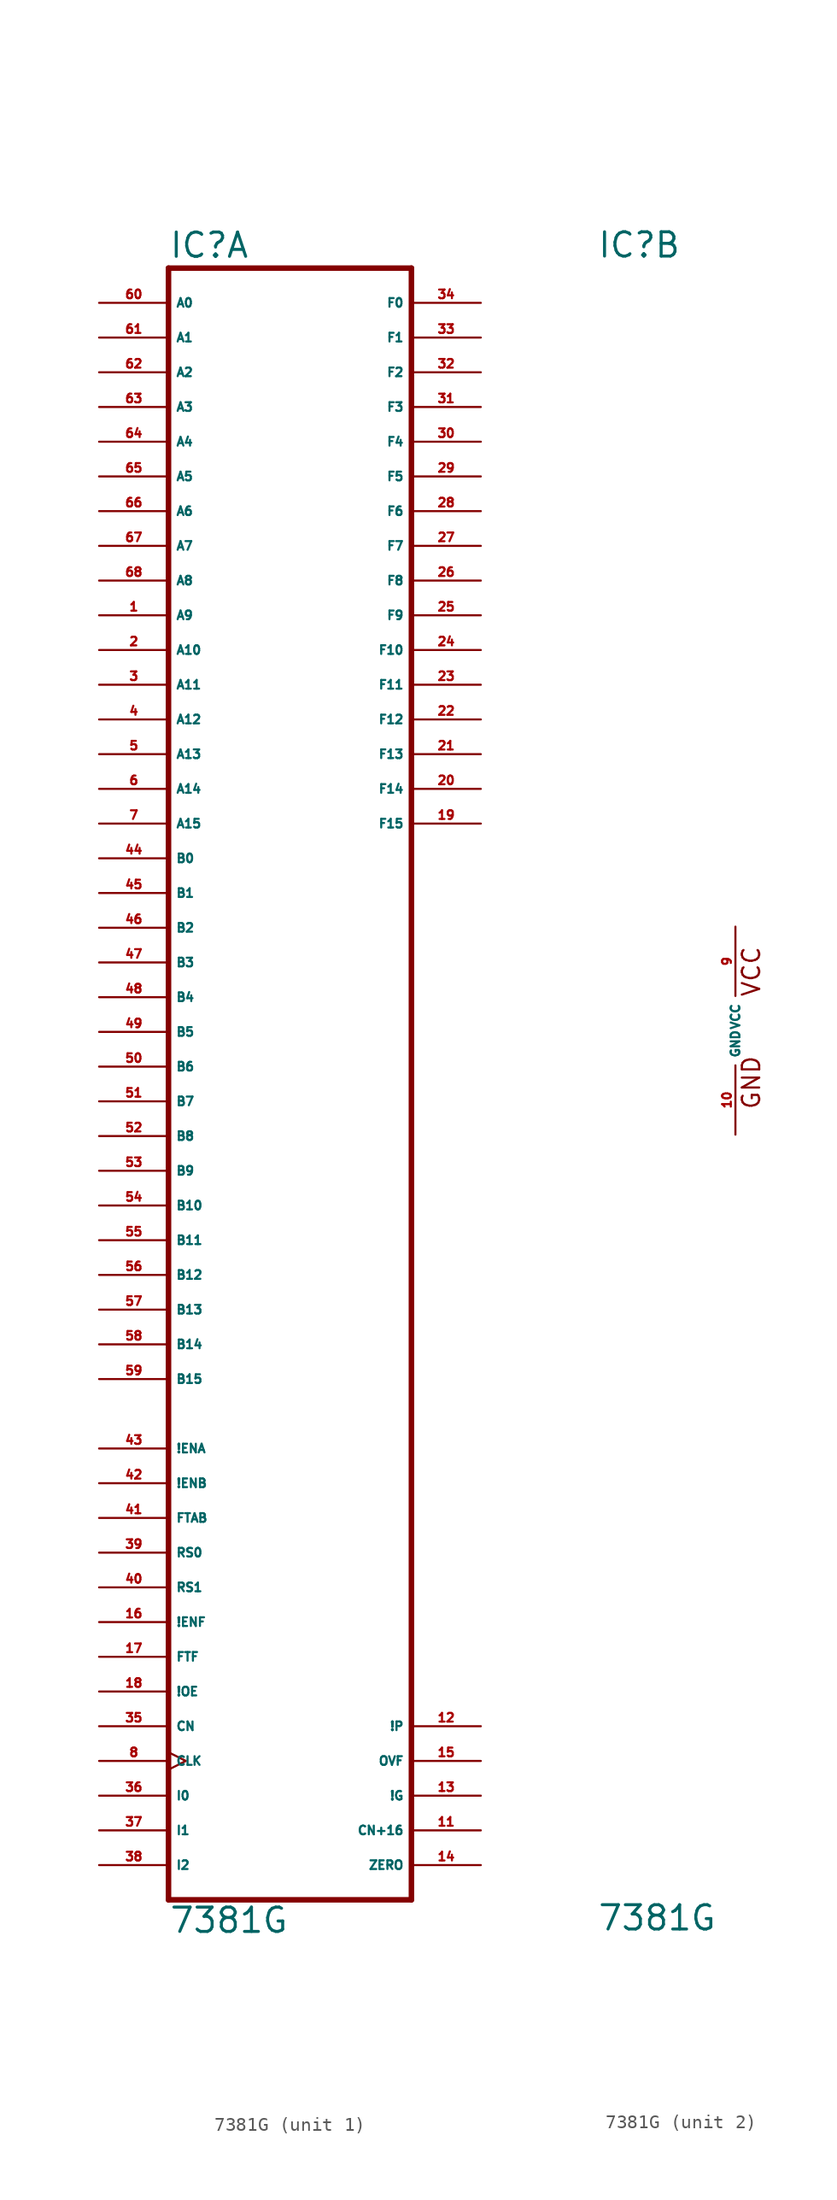
<source format=kicad_sym>
(kicad_symbol_lib
  (version 20220914)
  (generator Eagle2Kicad)
  (symbol "7381G"
    (property "Reference" "IC"
      (at -10.16 56.515 0)
      (effects (font (size 1.778 1.778) (thickness 0.22)) (justify left bottom)))
    (property "Value" "7381G"
      (at -10.16 -66.04 0)
      (effects (font (size 1.778 1.778) (thickness 0.22)) (justify left bottom)))
    (symbol "7381G_1_0"
      (polyline (pts (xy -10.16 -63.5) (xy 7.62 -63.5)) (stroke (width 0.406) (type default)) (fill (type none)))
      (polyline (pts (xy 7.62 -63.5) (xy 7.62 55.88)) (stroke (width 0.406) (type default)) (fill (type none)))
      (polyline (pts (xy 7.62 55.88) (xy -10.16 55.88)) (stroke (width 0.406) (type default)) (fill (type none)))
      (polyline (pts (xy -10.16 55.88) (xy -10.16 -63.5)) (stroke (width 0.406) (type default)) (fill (type none)))
      (pin input line (at -15.24 53.34 0) (length 5.08) (name "A0" (effects (font (size 0.635 0.635) (thickness 0.08)) (justify left bottom))) (number "60" (effects (font (size 0.635 0.635) (thickness 0.08)) (justify left bottom))))
      (pin input line (at -15.24 50.8 0) (length 5.08) (name "A1" (effects (font (size 0.635 0.635) (thickness 0.08)) (justify left bottom))) (number "61" (effects (font (size 0.635 0.635) (thickness 0.08)) (justify left bottom))))
      (pin input line (at -15.24 48.26 0) (length 5.08) (name "A2" (effects (font (size 0.635 0.635) (thickness 0.08)) (justify left bottom))) (number "62" (effects (font (size 0.635 0.635) (thickness 0.08)) (justify left bottom))))
      (pin input line (at -15.24 45.72 0) (length 5.08) (name "A3" (effects (font (size 0.635 0.635) (thickness 0.08)) (justify left bottom))) (number "63" (effects (font (size 0.635 0.635) (thickness 0.08)) (justify left bottom))))
      (pin input line (at -15.24 43.18 0) (length 5.08) (name "A4" (effects (font (size 0.635 0.635) (thickness 0.08)) (justify left bottom))) (number "64" (effects (font (size 0.635 0.635) (thickness 0.08)) (justify left bottom))))
      (pin input line (at -15.24 40.64 0) (length 5.08) (name "A5" (effects (font (size 0.635 0.635) (thickness 0.08)) (justify left bottom))) (number "65" (effects (font (size 0.635 0.635) (thickness 0.08)) (justify left bottom))))
      (pin input line (at -15.24 38.1 0) (length 5.08) (name "A6" (effects (font (size 0.635 0.635) (thickness 0.08)) (justify left bottom))) (number "66" (effects (font (size 0.635 0.635) (thickness 0.08)) (justify left bottom))))
      (pin input line (at -15.24 35.56 0) (length 5.08) (name "A7" (effects (font (size 0.635 0.635) (thickness 0.08)) (justify left bottom))) (number "67" (effects (font (size 0.635 0.635) (thickness 0.08)) (justify left bottom))))
      (pin input line (at -15.24 33.02 0) (length 5.08) (name "A8" (effects (font (size 0.635 0.635) (thickness 0.08)) (justify left bottom))) (number "68" (effects (font (size 0.635 0.635) (thickness 0.08)) (justify left bottom))))
      (pin input line (at -15.24 30.48 0) (length 5.08) (name "A9" (effects (font (size 0.635 0.635) (thickness 0.08)) (justify left bottom))) (number "1" (effects (font (size 0.635 0.635) (thickness 0.08)) (justify left bottom))))
      (pin input line (at -15.24 27.94 0) (length 5.08) (name "A10" (effects (font (size 0.635 0.635) (thickness 0.08)) (justify left bottom))) (number "2" (effects (font (size 0.635 0.635) (thickness 0.08)) (justify left bottom))))
      (pin input line (at -15.24 25.4 0) (length 5.08) (name "A11" (effects (font (size 0.635 0.635) (thickness 0.08)) (justify left bottom))) (number "3" (effects (font (size 0.635 0.635) (thickness 0.08)) (justify left bottom))))
      (pin input line (at -15.24 22.86 0) (length 5.08) (name "A12" (effects (font (size 0.635 0.635) (thickness 0.08)) (justify left bottom))) (number "4" (effects (font (size 0.635 0.635) (thickness 0.08)) (justify left bottom))))
      (pin input line (at -15.24 20.32 0) (length 5.08) (name "A13" (effects (font (size 0.635 0.635) (thickness 0.08)) (justify left bottom))) (number "5" (effects (font (size 0.635 0.635) (thickness 0.08)) (justify left bottom))))
      (pin input line (at -15.24 17.78 0) (length 5.08) (name "A14" (effects (font (size 0.635 0.635) (thickness 0.08)) (justify left bottom))) (number "6" (effects (font (size 0.635 0.635) (thickness 0.08)) (justify left bottom))))
      (pin input line (at -15.24 15.24 0) (length 5.08) (name "A15" (effects (font (size 0.635 0.635) (thickness 0.08)) (justify left bottom))) (number "7" (effects (font (size 0.635 0.635) (thickness 0.08)) (justify left bottom))))
      (pin input line (at -15.24 12.7 0) (length 5.08) (name "B0" (effects (font (size 0.635 0.635) (thickness 0.08)) (justify left bottom))) (number "44" (effects (font (size 0.635 0.635) (thickness 0.08)) (justify left bottom))))
      (pin input line (at -15.24 10.16 0) (length 5.08) (name "B1" (effects (font (size 0.635 0.635) (thickness 0.08)) (justify left bottom))) (number "45" (effects (font (size 0.635 0.635) (thickness 0.08)) (justify left bottom))))
      (pin input line (at -15.24 7.62 0) (length 5.08) (name "B2" (effects (font (size 0.635 0.635) (thickness 0.08)) (justify left bottom))) (number "46" (effects (font (size 0.635 0.635) (thickness 0.08)) (justify left bottom))))
      (pin input line (at -15.24 5.08 0) (length 5.08) (name "B3" (effects (font (size 0.635 0.635) (thickness 0.08)) (justify left bottom))) (number "47" (effects (font (size 0.635 0.635) (thickness 0.08)) (justify left bottom))))
      (pin input line (at -15.24 2.54 0) (length 5.08) (name "B4" (effects (font (size 0.635 0.635) (thickness 0.08)) (justify left bottom))) (number "48" (effects (font (size 0.635 0.635) (thickness 0.08)) (justify left bottom))))
      (pin input line (at -15.24 0 0) (length 5.08) (name "B5" (effects (font (size 0.635 0.635) (thickness 0.08)) (justify left bottom))) (number "49" (effects (font (size 0.635 0.635) (thickness 0.08)) (justify left bottom))))
      (pin input line (at -15.24 -2.54 0) (length 5.08) (name "B6" (effects (font (size 0.635 0.635) (thickness 0.08)) (justify left bottom))) (number "50" (effects (font (size 0.635 0.635) (thickness 0.08)) (justify left bottom))))
      (pin input line (at -15.24 -5.08 0) (length 5.08) (name "B7" (effects (font (size 0.635 0.635) (thickness 0.08)) (justify left bottom))) (number "51" (effects (font (size 0.635 0.635) (thickness 0.08)) (justify left bottom))))
      (pin input line (at -15.24 -7.62 0) (length 5.08) (name "B8" (effects (font (size 0.635 0.635) (thickness 0.08)) (justify left bottom))) (number "52" (effects (font (size 0.635 0.635) (thickness 0.08)) (justify left bottom))))
      (pin input line (at -15.24 -10.16 0) (length 5.08) (name "B9" (effects (font (size 0.635 0.635) (thickness 0.08)) (justify left bottom))) (number "53" (effects (font (size 0.635 0.635) (thickness 0.08)) (justify left bottom))))
      (pin input line (at -15.24 -12.7 0) (length 5.08) (name "B10" (effects (font (size 0.635 0.635) (thickness 0.08)) (justify left bottom))) (number "54" (effects (font (size 0.635 0.635) (thickness 0.08)) (justify left bottom))))
      (pin input line (at -15.24 -15.24 0) (length 5.08) (name "B11" (effects (font (size 0.635 0.635) (thickness 0.08)) (justify left bottom))) (number "55" (effects (font (size 0.635 0.635) (thickness 0.08)) (justify left bottom))))
      (pin input line (at -15.24 -17.78 0) (length 5.08) (name "B12" (effects (font (size 0.635 0.635) (thickness 0.08)) (justify left bottom))) (number "56" (effects (font (size 0.635 0.635) (thickness 0.08)) (justify left bottom))))
      (pin input line (at -15.24 -20.32 0) (length 5.08) (name "B13" (effects (font (size 0.635 0.635) (thickness 0.08)) (justify left bottom))) (number "57" (effects (font (size 0.635 0.635) (thickness 0.08)) (justify left bottom))))
      (pin input line (at -15.24 -22.86 0) (length 5.08) (name "B14" (effects (font (size 0.635 0.635) (thickness 0.08)) (justify left bottom))) (number "58" (effects (font (size 0.635 0.635) (thickness 0.08)) (justify left bottom))))
      (pin input line (at -15.24 -25.4 0) (length 5.08) (name "B15" (effects (font (size 0.635 0.635) (thickness 0.08)) (justify left bottom))) (number "59" (effects (font (size 0.635 0.635) (thickness 0.08)) (justify left bottom))))
      (pin input line (at -15.24 -30.48 0) (length 5.08) (name "!ENA" (effects (font (size 0.635 0.635) (thickness 0.08)) (justify left bottom))) (number "43" (effects (font (size 0.635 0.635) (thickness 0.08)) (justify left bottom))))
      (pin input line (at -15.24 -33.02 0) (length 5.08) (name "!ENB" (effects (font (size 0.635 0.635) (thickness 0.08)) (justify left bottom))) (number "42" (effects (font (size 0.635 0.635) (thickness 0.08)) (justify left bottom))))
      (pin input line (at -15.24 -35.56 0) (length 5.08) (name "FTAB" (effects (font (size 0.635 0.635) (thickness 0.08)) (justify left bottom))) (number "41" (effects (font (size 0.635 0.635) (thickness 0.08)) (justify left bottom))))
      (pin input line (at -15.24 -38.1 0) (length 5.08) (name "RS0" (effects (font (size 0.635 0.635) (thickness 0.08)) (justify left bottom))) (number "39" (effects (font (size 0.635 0.635) (thickness 0.08)) (justify left bottom))))
      (pin input line (at -15.24 -40.64 0) (length 5.08) (name "RS1" (effects (font (size 0.635 0.635) (thickness 0.08)) (justify left bottom))) (number "40" (effects (font (size 0.635 0.635) (thickness 0.08)) (justify left bottom))))
      (pin input line (at -15.24 -43.18 0) (length 5.08) (name "!ENF" (effects (font (size 0.635 0.635) (thickness 0.08)) (justify left bottom))) (number "16" (effects (font (size 0.635 0.635) (thickness 0.08)) (justify left bottom))))
      (pin input line (at -15.24 -45.72 0) (length 5.08) (name "FTF" (effects (font (size 0.635 0.635) (thickness 0.08)) (justify left bottom))) (number "17" (effects (font (size 0.635 0.635) (thickness 0.08)) (justify left bottom))))
      (pin input line (at -15.24 -48.26 0) (length 5.08) (name "!OE" (effects (font (size 0.635 0.635) (thickness 0.08)) (justify left bottom))) (number "18" (effects (font (size 0.635 0.635) (thickness 0.08)) (justify left bottom))))
      (pin input line (at -15.24 -50.8 0) (length 5.08) (name "CN" (effects (font (size 0.635 0.635) (thickness 0.08)) (justify left bottom))) (number "35" (effects (font (size 0.635 0.635) (thickness 0.08)) (justify left bottom))))
      (pin output line (at 12.7 53.34 180) (length 5.08) (name "F0" (effects (font (size 0.635 0.635) (thickness 0.08)) (justify left bottom))) (number "34" (effects (font (size 0.635 0.635) (thickness 0.08)) (justify left bottom))))
      (pin output line (at 12.7 50.8 180) (length 5.08) (name "F1" (effects (font (size 0.635 0.635) (thickness 0.08)) (justify left bottom))) (number "33" (effects (font (size 0.635 0.635) (thickness 0.08)) (justify left bottom))))
      (pin output line (at 12.7 48.26 180) (length 5.08) (name "F2" (effects (font (size 0.635 0.635) (thickness 0.08)) (justify left bottom))) (number "32" (effects (font (size 0.635 0.635) (thickness 0.08)) (justify left bottom))))
      (pin output line (at 12.7 45.72 180) (length 5.08) (name "F3" (effects (font (size 0.635 0.635) (thickness 0.08)) (justify left bottom))) (number "31" (effects (font (size 0.635 0.635) (thickness 0.08)) (justify left bottom))))
      (pin output line (at 12.7 43.18 180) (length 5.08) (name "F4" (effects (font (size 0.635 0.635) (thickness 0.08)) (justify left bottom))) (number "30" (effects (font (size 0.635 0.635) (thickness 0.08)) (justify left bottom))))
      (pin output line (at 12.7 40.64 180) (length 5.08) (name "F5" (effects (font (size 0.635 0.635) (thickness 0.08)) (justify left bottom))) (number "29" (effects (font (size 0.635 0.635) (thickness 0.08)) (justify left bottom))))
      (pin output line (at 12.7 38.1 180) (length 5.08) (name "F6" (effects (font (size 0.635 0.635) (thickness 0.08)) (justify left bottom))) (number "28" (effects (font (size 0.635 0.635) (thickness 0.08)) (justify left bottom))))
      (pin output line (at 12.7 35.56 180) (length 5.08) (name "F7" (effects (font (size 0.635 0.635) (thickness 0.08)) (justify left bottom))) (number "27" (effects (font (size 0.635 0.635) (thickness 0.08)) (justify left bottom))))
      (pin output line (at 12.7 33.02 180) (length 5.08) (name "F8" (effects (font (size 0.635 0.635) (thickness 0.08)) (justify left bottom))) (number "26" (effects (font (size 0.635 0.635) (thickness 0.08)) (justify left bottom))))
      (pin output line (at 12.7 30.48 180) (length 5.08) (name "F9" (effects (font (size 0.635 0.635) (thickness 0.08)) (justify left bottom))) (number "25" (effects (font (size 0.635 0.635) (thickness 0.08)) (justify left bottom))))
      (pin output line (at 12.7 27.94 180) (length 5.08) (name "F10" (effects (font (size 0.635 0.635) (thickness 0.08)) (justify left bottom))) (number "24" (effects (font (size 0.635 0.635) (thickness 0.08)) (justify left bottom))))
      (pin output line (at 12.7 25.4 180) (length 5.08) (name "F11" (effects (font (size 0.635 0.635) (thickness 0.08)) (justify left bottom))) (number "23" (effects (font (size 0.635 0.635) (thickness 0.08)) (justify left bottom))))
      (pin output line (at 12.7 22.86 180) (length 5.08) (name "F12" (effects (font (size 0.635 0.635) (thickness 0.08)) (justify left bottom))) (number "22" (effects (font (size 0.635 0.635) (thickness 0.08)) (justify left bottom))))
      (pin output line (at 12.7 20.32 180) (length 5.08) (name "F13" (effects (font (size 0.635 0.635) (thickness 0.08)) (justify left bottom))) (number "21" (effects (font (size 0.635 0.635) (thickness 0.08)) (justify left bottom))))
      (pin output line (at 12.7 17.78 180) (length 5.08) (name "F14" (effects (font (size 0.635 0.635) (thickness 0.08)) (justify left bottom))) (number "20" (effects (font (size 0.635 0.635) (thickness 0.08)) (justify left bottom))))
      (pin output line (at 12.7 15.24 180) (length 5.08) (name "F15" (effects (font (size 0.635 0.635) (thickness 0.08)) (justify left bottom))) (number "19" (effects (font (size 0.635 0.635) (thickness 0.08)) (justify left bottom))))
      (pin output line (at 12.7 -50.8 180) (length 5.08) (name "!P" (effects (font (size 0.635 0.635) (thickness 0.08)) (justify left bottom))) (number "12" (effects (font (size 0.635 0.635) (thickness 0.08)) (justify left bottom))))
      (pin output line (at 12.7 -53.34 180) (length 5.08) (name "OVF" (effects (font (size 0.635 0.635) (thickness 0.08)) (justify left bottom))) (number "15" (effects (font (size 0.635 0.635) (thickness 0.08)) (justify left bottom))))
      (pin output line (at 12.7 -55.88 180) (length 5.08) (name "!G" (effects (font (size 0.635 0.635) (thickness 0.08)) (justify left bottom))) (number "13" (effects (font (size 0.635 0.635) (thickness 0.08)) (justify left bottom))))
      (pin output line (at 12.7 -58.42 180) (length 5.08) (name "CN+16" (effects (font (size 0.635 0.635) (thickness 0.08)) (justify left bottom))) (number "11" (effects (font (size 0.635 0.635) (thickness 0.08)) (justify left bottom))))
      (pin output line (at 12.7 -60.96 180) (length 5.08) (name "ZERO" (effects (font (size 0.635 0.635) (thickness 0.08)) (justify left bottom))) (number "14" (effects (font (size 0.635 0.635) (thickness 0.08)) (justify left bottom))))
      (pin input clock (at -15.24 -53.34 0) (length 5.08) (name "CLK" (effects (font (size 0.635 0.635) (thickness 0.08)) (justify left bottom))) (number "8" (effects (font (size 0.635 0.635) (thickness 0.08)) (justify left bottom))))
      (pin input line (at -15.24 -55.88 0) (length 5.08) (name "I0" (effects (font (size 0.635 0.635) (thickness 0.08)) (justify left bottom))) (number "36" (effects (font (size 0.635 0.635) (thickness 0.08)) (justify left bottom))))
      (pin input line (at -15.24 -58.42 0) (length 5.08) (name "I1" (effects (font (size 0.635 0.635) (thickness 0.08)) (justify left bottom))) (number "37" (effects (font (size 0.635 0.635) (thickness 0.08)) (justify left bottom))))
      (pin input line (at -15.24 -60.96 0) (length 5.08) (name "I2" (effects (font (size 0.635 0.635) (thickness 0.08)) (justify left bottom))) (number "38" (effects (font (size 0.635 0.635) (thickness 0.08)) (justify left bottom)))))
    (symbol "7381G_2_0"
      (text "GND" (at 1.905 -5.842 900) (effects (font (size 1.27 1.27) (thickness 0.16)) (justify left bottom)))
      (text "VCC" (at 1.905 2.413 900) (effects (font (size 1.27 1.27) (thickness 0.16)) (justify left bottom)))
      (pin unspecified line (at 0 7.62 270) (length 5.08) (name "VCC" (effects (font (size 0.635 0.635) (thickness 0.08)) (justify left bottom))) (number "9" (effects (font (size 0.635 0.635) (thickness 0.08)) (justify left bottom))))
      (pin unspecified line (at 0 -7.62 90) (length 5.08) (name "GND" (effects (font (size 0.635 0.635) (thickness 0.08)) (justify left bottom))) (number "10" (effects (font (size 0.635 0.635) (thickness 0.08)) (justify left bottom)))))))
</source>
